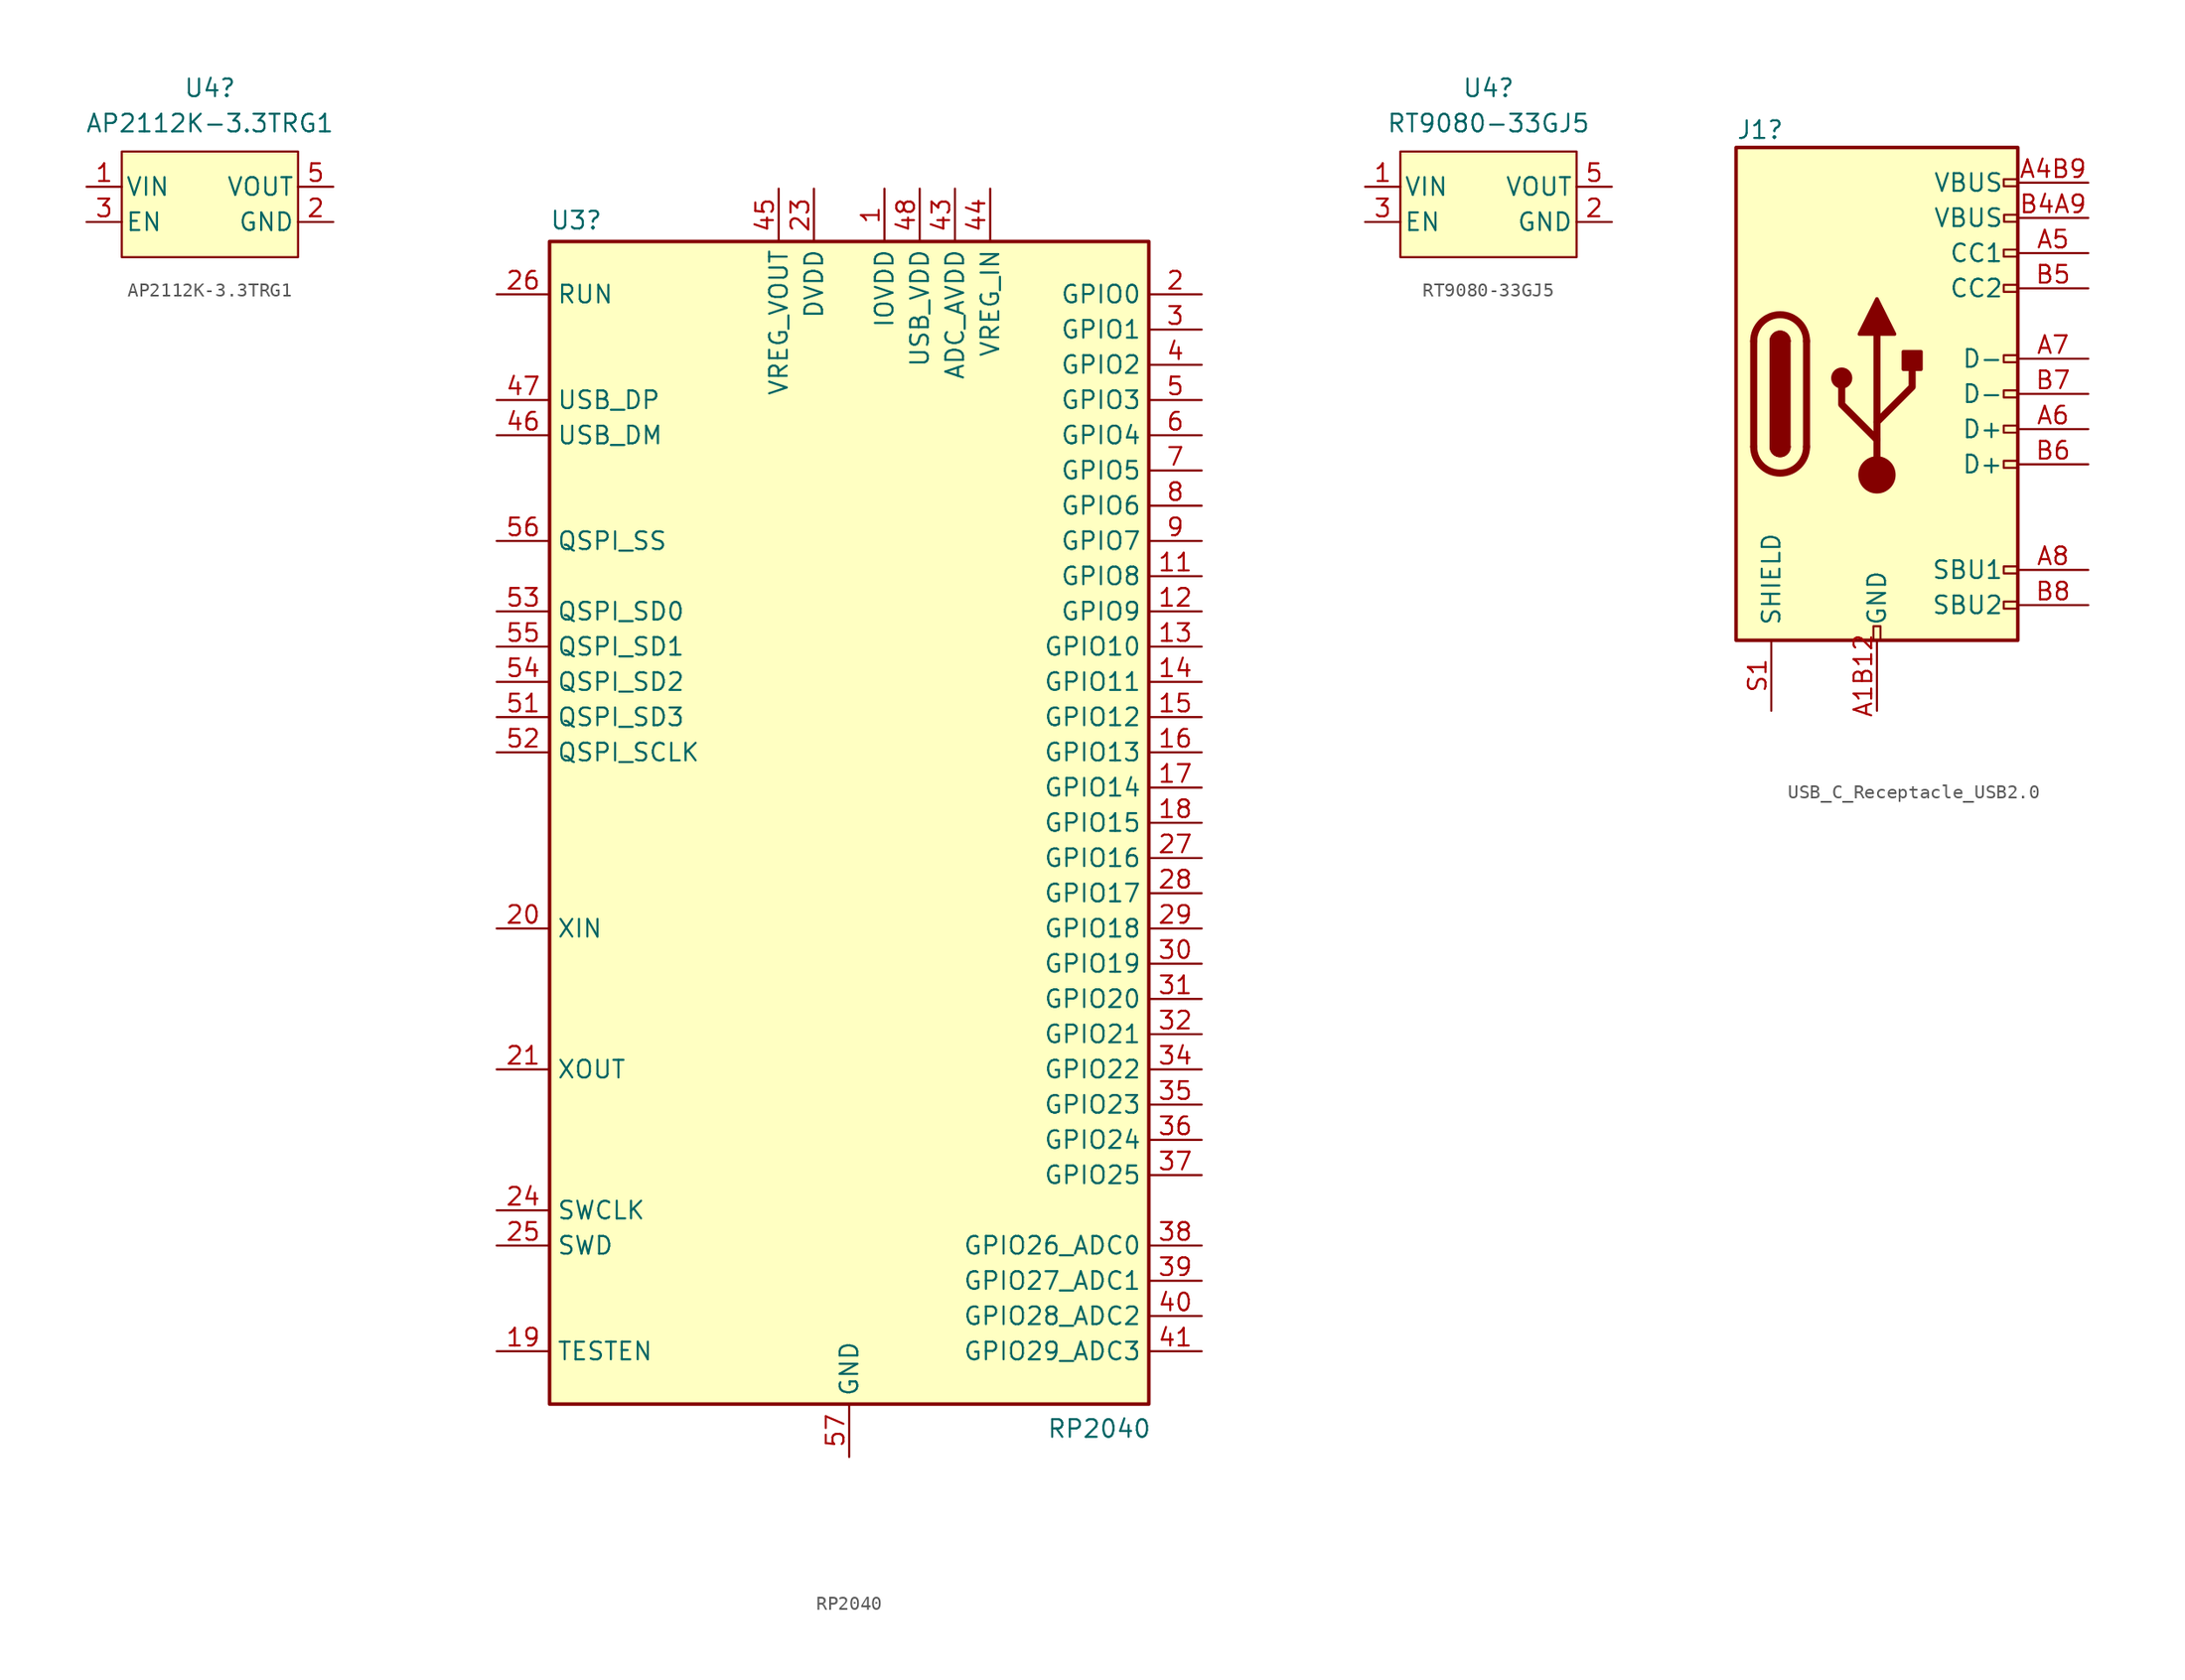
<source format=kicad_sym>
(kicad_symbol_lib
  (version 20231120)
  (generator "kicad_symbol_editor")
  (generator_version "8.0")
  (symbol "AP2112K-3.3TRG1"
    (pin_names
      (offset 0.254))
    (property "Reference" "U4"
      (at 0 8.382 0)
      (effects (font (size 1.27 1.27))))
    (property "Value" "AP2112K-3.3TRG1"
      (at 0 5.842 0)
      (effects (font (size 1.27 1.27))))
    (property "ki_locked" ""
      (at 0 0 0)
      (effects (font (size 1.27 1.27))))
    (symbol "AP2112K-3.3TRG1_1_1"
      (rectangle (start -6.35 3.81) (end 6.35 -3.81) (stroke (width 0.152) (type default)) (fill (type background)))
      (pin power_in line (at -8.89 1.27 0) (length 2.54) (name "VIN" (effects (font (size 1.27 1.27)))) (number "1" (effects (font (size 1.27 1.27)))))
      (pin power_in line (at 8.89 -1.27 180) (length 2.54) (name "GND" (effects (font (size 1.27 1.27)))) (number "2" (effects (font (size 1.27 1.27)))))
      (pin input line (at -8.89 -1.27 0) (length 2.54) (name "EN" (effects (font (size 1.27 1.27)))) (number "3" (effects (font (size 1.27 1.27)))))
      (pin no_connect line (at 0 6.35 270) (length 2.54) hide (name "NC" (effects (font (size 1.27 1.27)))) (number "4" (effects (font (size 1.27 1.27)))))
      (pin output line (at 8.89 1.27 180) (length 2.54) (name "VOUT" (effects (font (size 1.27 1.27)))) (number "5" (effects (font (size 1.27 1.27)))))))
  (symbol "RP2040"
    (property "Reference" "U3"
      (at -21.59 43.434 0)
      (effects (font (size 1.27 1.27)) (justify left)))
    (property "Value" "RP2040"
      (at 14.224 -43.688 0)
      (effects (font (size 1.27 1.27)) (justify left)))
    (symbol "RP2040_0_1"
      (rectangle (start -21.59 41.91) (end 21.59 -41.91) (stroke (width 0.254) (type default)) (fill (type background))))
    (symbol "RP2040_1_1"
      (pin power_in line (at 2.54 45.72 270) (length 3.81) (name "IOVDD" (effects (font (size 1.27 1.27)))) (number "1" (effects (font (size 1.27 1.27)))))
      (pin passive line (at 2.54 45.72 270) (length 3.81) hide (name "IOVDD" (effects (font (size 1.27 1.27)))) (number "10" (effects (font (size 1.27 1.27)))))
      (pin bidirectional line (at 25.4 17.78 180) (length 3.81) (name "GPIO8" (effects (font (size 1.27 1.27)))) (number "11" (effects (font (size 1.27 1.27)))))
      (pin bidirectional line (at 25.4 15.24 180) (length 3.81) (name "GPIO9" (effects (font (size 1.27 1.27)))) (number "12" (effects (font (size 1.27 1.27)))))
      (pin bidirectional line (at 25.4 12.7 180) (length 3.81) (name "GPIO10" (effects (font (size 1.27 1.27)))) (number "13" (effects (font (size 1.27 1.27)))))
      (pin bidirectional line (at 25.4 10.16 180) (length 3.81) (name "GPIO11" (effects (font (size 1.27 1.27)))) (number "14" (effects (font (size 1.27 1.27)))))
      (pin bidirectional line (at 25.4 7.62 180) (length 3.81) (name "GPIO12" (effects (font (size 1.27 1.27)))) (number "15" (effects (font (size 1.27 1.27)))))
      (pin bidirectional line (at 25.4 5.08 180) (length 3.81) (name "GPIO13" (effects (font (size 1.27 1.27)))) (number "16" (effects (font (size 1.27 1.27)))))
      (pin bidirectional line (at 25.4 2.54 180) (length 3.81) (name "GPIO14" (effects (font (size 1.27 1.27)))) (number "17" (effects (font (size 1.27 1.27)))))
      (pin bidirectional line (at 25.4 0 180) (length 3.81) (name "GPIO15" (effects (font (size 1.27 1.27)))) (number "18" (effects (font (size 1.27 1.27)))))
      (pin input line (at -25.4 -38.1 0) (length 3.81) (name "TESTEN" (effects (font (size 1.27 1.27)))) (number "19" (effects (font (size 1.27 1.27)))))
      (pin bidirectional line (at 25.4 38.1 180) (length 3.81) (name "GPIO0" (effects (font (size 1.27 1.27)))) (number "2" (effects (font (size 1.27 1.27)))))
      (pin input line (at -25.4 -7.62 0) (length 3.81) (name "XIN" (effects (font (size 1.27 1.27)))) (number "20" (effects (font (size 1.27 1.27)))))
      (pin passive line (at -25.4 -17.78 0) (length 3.81) (name "XOUT" (effects (font (size 1.27 1.27)))) (number "21" (effects (font (size 1.27 1.27)))))
      (pin passive line (at 2.54 45.72 270) (length 3.81) hide (name "IOVDD" (effects (font (size 1.27 1.27)))) (number "22" (effects (font (size 1.27 1.27)))))
      (pin power_in line (at -2.54 45.72 270) (length 3.81) (name "DVDD" (effects (font (size 1.27 1.27)))) (number "23" (effects (font (size 1.27 1.27)))))
      (pin output line (at -25.4 -27.94 0) (length 3.81) (name "SWCLK" (effects (font (size 1.27 1.27)))) (number "24" (effects (font (size 1.27 1.27)))))
      (pin bidirectional line (at -25.4 -30.48 0) (length 3.81) (name "SWD" (effects (font (size 1.27 1.27)))) (number "25" (effects (font (size 1.27 1.27)))))
      (pin input line (at -25.4 38.1 0) (length 3.81) (name "RUN" (effects (font (size 1.27 1.27)))) (number "26" (effects (font (size 1.27 1.27)))))
      (pin bidirectional line (at 25.4 -2.54 180) (length 3.81) (name "GPIO16" (effects (font (size 1.27 1.27)))) (number "27" (effects (font (size 1.27 1.27)))))
      (pin bidirectional line (at 25.4 -5.08 180) (length 3.81) (name "GPIO17" (effects (font (size 1.27 1.27)))) (number "28" (effects (font (size 1.27 1.27)))))
      (pin bidirectional line (at 25.4 -7.62 180) (length 3.81) (name "GPIO18" (effects (font (size 1.27 1.27)))) (number "29" (effects (font (size 1.27 1.27)))))
      (pin bidirectional line (at 25.4 35.56 180) (length 3.81) (name "GPIO1" (effects (font (size 1.27 1.27)))) (number "3" (effects (font (size 1.27 1.27)))))
      (pin bidirectional line (at 25.4 -10.16 180) (length 3.81) (name "GPIO19" (effects (font (size 1.27 1.27)))) (number "30" (effects (font (size 1.27 1.27)))))
      (pin bidirectional line (at 25.4 -12.7 180) (length 3.81) (name "GPIO20" (effects (font (size 1.27 1.27)))) (number "31" (effects (font (size 1.27 1.27)))))
      (pin bidirectional line (at 25.4 -15.24 180) (length 3.81) (name "GPIO21" (effects (font (size 1.27 1.27)))) (number "32" (effects (font (size 1.27 1.27)))))
      (pin passive line (at 2.54 45.72 270) (length 3.81) hide (name "IOVDD" (effects (font (size 1.27 1.27)))) (number "33" (effects (font (size 1.27 1.27)))))
      (pin bidirectional line (at 25.4 -17.78 180) (length 3.81) (name "GPIO22" (effects (font (size 1.27 1.27)))) (number "34" (effects (font (size 1.27 1.27)))))
      (pin bidirectional line (at 25.4 -20.32 180) (length 3.81) (name "GPIO23" (effects (font (size 1.27 1.27)))) (number "35" (effects (font (size 1.27 1.27)))))
      (pin bidirectional line (at 25.4 -22.86 180) (length 3.81) (name "GPIO24" (effects (font (size 1.27 1.27)))) (number "36" (effects (font (size 1.27 1.27)))))
      (pin bidirectional line (at 25.4 -25.4 180) (length 3.81) (name "GPIO25" (effects (font (size 1.27 1.27)))) (number "37" (effects (font (size 1.27 1.27)))))
      (pin bidirectional line (at 25.4 -30.48 180) (length 3.81) (name "GPIO26_ADC0" (effects (font (size 1.27 1.27)))) (number "38" (effects (font (size 1.27 1.27)))))
      (pin bidirectional line (at 25.4 -33.02 180) (length 3.81) (name "GPIO27_ADC1" (effects (font (size 1.27 1.27)))) (number "39" (effects (font (size 1.27 1.27)))))
      (pin bidirectional line (at 25.4 33.02 180) (length 3.81) (name "GPIO2" (effects (font (size 1.27 1.27)))) (number "4" (effects (font (size 1.27 1.27)))))
      (pin bidirectional line (at 25.4 -35.56 180) (length 3.81) (name "GPIO28_ADC2" (effects (font (size 1.27 1.27)))) (number "40" (effects (font (size 1.27 1.27)))))
      (pin bidirectional line (at 25.4 -38.1 180) (length 3.81) (name "GPIO29_ADC3" (effects (font (size 1.27 1.27)))) (number "41" (effects (font (size 1.27 1.27)))))
      (pin passive line (at 2.54 45.72 270) (length 3.81) hide (name "IOVDD" (effects (font (size 1.27 1.27)))) (number "42" (effects (font (size 1.27 1.27)))))
      (pin power_in line (at 7.62 45.72 270) (length 3.81) (name "ADC_AVDD" (effects (font (size 1.27 1.27)))) (number "43" (effects (font (size 1.27 1.27)))))
      (pin power_in line (at 10.16 45.72 270) (length 3.81) (name "VREG_IN" (effects (font (size 1.27 1.27)))) (number "44" (effects (font (size 1.27 1.27)))))
      (pin power_out line (at -5.08 45.72 270) (length 3.81) (name "VREG_VOUT" (effects (font (size 1.27 1.27)))) (number "45" (effects (font (size 1.27 1.27)))))
      (pin bidirectional line (at -25.4 27.94 0) (length 3.81) (name "USB_DM" (effects (font (size 1.27 1.27)))) (number "46" (effects (font (size 1.27 1.27)))))
      (pin bidirectional line (at -25.4 30.48 0) (length 3.81) (name "USB_DP" (effects (font (size 1.27 1.27)))) (number "47" (effects (font (size 1.27 1.27)))))
      (pin power_in line (at 5.08 45.72 270) (length 3.81) (name "USB_VDD" (effects (font (size 1.27 1.27)))) (number "48" (effects (font (size 1.27 1.27)))))
      (pin passive line (at 2.54 45.72 270) (length 3.81) hide (name "IOVDD" (effects (font (size 1.27 1.27)))) (number "49" (effects (font (size 1.27 1.27)))))
      (pin bidirectional line (at 25.4 30.48 180) (length 3.81) (name "GPIO3" (effects (font (size 1.27 1.27)))) (number "5" (effects (font (size 1.27 1.27)))))
      (pin passive line (at -2.54 45.72 270) (length 3.81) hide (name "DVDD" (effects (font (size 1.27 1.27)))) (number "50" (effects (font (size 1.27 1.27)))))
      (pin bidirectional line (at -25.4 7.62 0) (length 3.81) (name "QSPI_SD3" (effects (font (size 1.27 1.27)))) (number "51" (effects (font (size 1.27 1.27)))))
      (pin output line (at -25.4 5.08 0) (length 3.81) (name "QSPI_SCLK" (effects (font (size 1.27 1.27)))) (number "52" (effects (font (size 1.27 1.27)))))
      (pin bidirectional line (at -25.4 15.24 0) (length 3.81) (name "QSPI_SD0" (effects (font (size 1.27 1.27)))) (number "53" (effects (font (size 1.27 1.27)))))
      (pin bidirectional line (at -25.4 10.16 0) (length 3.81) (name "QSPI_SD2" (effects (font (size 1.27 1.27)))) (number "54" (effects (font (size 1.27 1.27)))))
      (pin bidirectional line (at -25.4 12.7 0) (length 3.81) (name "QSPI_SD1" (effects (font (size 1.27 1.27)))) (number "55" (effects (font (size 1.27 1.27)))))
      (pin bidirectional line (at -25.4 20.32 0) (length 3.81) (name "QSPI_SS" (effects (font (size 1.27 1.27)))) (number "56" (effects (font (size 1.27 1.27)))))
      (pin power_in line (at 0 -45.72 90) (length 3.81) (name "GND" (effects (font (size 1.27 1.27)))) (number "57" (effects (font (size 1.27 1.27)))))
      (pin bidirectional line (at 25.4 27.94 180) (length 3.81) (name "GPIO4" (effects (font (size 1.27 1.27)))) (number "6" (effects (font (size 1.27 1.27)))))
      (pin bidirectional line (at 25.4 25.4 180) (length 3.81) (name "GPIO5" (effects (font (size 1.27 1.27)))) (number "7" (effects (font (size 1.27 1.27)))))
      (pin bidirectional line (at 25.4 22.86 180) (length 3.81) (name "GPIO6" (effects (font (size 1.27 1.27)))) (number "8" (effects (font (size 1.27 1.27)))))
      (pin bidirectional line (at 25.4 20.32 180) (length 3.81) (name "GPIO7" (effects (font (size 1.27 1.27)))) (number "9" (effects (font (size 1.27 1.27)))))))
  (symbol "RT9080-33GJ5"
    (pin_names
      (offset 0.254))
    (property "Reference" "U4"
      (at 0 8.382 0)
      (effects (font (size 1.27 1.27))))
    (property "Value" "RT9080-33GJ5"
      (at 0 5.842 0)
      (effects (font (size 1.27 1.27))))
    (property "ki_locked" ""
      (at 0 0 0)
      (effects (font (size 1.27 1.27))))
    (symbol "RT9080-33GJ5_1_1"
      (rectangle (start -6.35 3.81) (end 6.35 -3.81) (stroke (width 0.152) (type default)) (fill (type background)))
      (pin power_in line (at -8.89 1.27 0) (length 2.54) (name "VIN" (effects (font (size 1.27 1.27)))) (number "1" (effects (font (size 1.27 1.27)))))
      (pin power_in line (at 8.89 -1.27 180) (length 2.54) (name "GND" (effects (font (size 1.27 1.27)))) (number "2" (effects (font (size 1.27 1.27)))))
      (pin input line (at -8.89 -1.27 0) (length 2.54) (name "EN" (effects (font (size 1.27 1.27)))) (number "3" (effects (font (size 1.27 1.27)))))
      (pin no_connect line (at 0 6.35 270) (length 2.54) hide (name "NC" (effects (font (size 1.27 1.27)))) (number "4" (effects (font (size 1.27 1.27)))))
      (pin output line (at 8.89 1.27 180) (length 2.54) (name "VOUT" (effects (font (size 1.27 1.27)))) (number "5" (effects (font (size 1.27 1.27)))))))
  (symbol "USB_C_Receptacle_USB2.0"
    (pin_names
      (offset 1.016))
    (property "Reference" "J1"
      (at -10.16 19.05 0)
      (effects (font (size 1.27 1.27)) (justify left)))
    (symbol "USB_C_Receptacle_USB2.0_0_0"
      (rectangle (start -0.254 -17.78) (end 0.254 -16.764) (stroke (width 0) (type default)) (fill (type none)))
      (rectangle (start 9.144 15.494) (end 10.16 14.986) (stroke (width 0) (type default)) (fill (type none)))
      (rectangle (start 9.169 12.929) (end 10.185 12.421) (stroke (width 0) (type default)) (fill (type none)))
      (rectangle (start 10.16 -14.986) (end 9.144 -15.494) (stroke (width 0) (type default)) (fill (type none)))
      (rectangle (start 10.16 -12.446) (end 9.144 -12.954) (stroke (width 0) (type default)) (fill (type none)))
      (rectangle (start 10.16 -4.826) (end 9.144 -5.334) (stroke (width 0) (type default)) (fill (type none)))
      (rectangle (start 10.16 -2.286) (end 9.144 -2.794) (stroke (width 0) (type default)) (fill (type none)))
      (rectangle (start 10.16 0.254) (end 9.144 -0.254) (stroke (width 0) (type default)) (fill (type none)))
      (rectangle (start 10.16 2.794) (end 9.144 2.286) (stroke (width 0) (type default)) (fill (type none)))
      (rectangle (start 10.16 7.874) (end 9.144 7.366) (stroke (width 0) (type default)) (fill (type none)))
      (rectangle (start 10.16 10.414) (end 9.144 9.906) (stroke (width 0) (type default)) (fill (type none))))
    (symbol "USB_C_Receptacle_USB2.0_0_1"
      (rectangle (start -10.16 17.78) (end 10.16 -17.78) (stroke (width 0.254) (type default)) (fill (type background)))
      (arc (start -8.89 -3.81) (mid -6.985 -5.7067) (end -5.08 -3.81) (stroke (width 0.508) (type default)) (fill (type none)))
      (arc (start -7.62 -3.81) (mid -6.985 -4.4423) (end -6.35 -3.81) (stroke (width 0.254) (type default)) (fill (type none)))
      (arc (start -7.62 -3.81) (mid -6.985 -4.4423) (end -6.35 -3.81) (stroke (width 0.254) (type default)) (fill (type outline)))
      (rectangle (start -7.62 -3.81) (end -6.35 3.81) (stroke (width 0.254) (type default)) (fill (type outline)))
      (arc (start -6.35 3.81) (mid -6.985 4.4423) (end -7.62 3.81) (stroke (width 0.254) (type default)) (fill (type none)))
      (arc (start -6.35 3.81) (mid -6.985 4.4423) (end -7.62 3.81) (stroke (width 0.254) (type default)) (fill (type outline)))
      (arc (start -5.08 3.81) (mid -6.985 5.7067) (end -8.89 3.81) (stroke (width 0.508) (type default)) (fill (type none)))
      (circle (center -2.54 1.143) (radius 0.635) (stroke (width 0.254) (type default)) (fill (type outline)))
      (circle (center 0 -5.842) (radius 1.27) (stroke (width 0) (type default)) (fill (type outline)))
      (polyline (pts (xy -8.89 -3.81) (xy -8.89 3.81)) (stroke (width 0.508) (type default)) (fill (type none)))
      (polyline (pts (xy -5.08 3.81) (xy -5.08 -3.81)) (stroke (width 0.508) (type default)) (fill (type none)))
      (polyline (pts (xy 0 -5.842) (xy 0 4.318)) (stroke (width 0.508) (type default)) (fill (type none)))
      (polyline (pts (xy 0 -3.302) (xy -2.54 -0.762) (xy -2.54 0.508)) (stroke (width 0.508) (type default)) (fill (type none)))
      (polyline (pts (xy 0 -2.032) (xy 2.54 0.508) (xy 2.54 1.778)) (stroke (width 0.508) (type default)) (fill (type none)))
      (polyline (pts (xy -1.27 4.318) (xy 0 6.858) (xy 1.27 4.318) (xy -1.27 4.318)) (stroke (width 0.254) (type default)) (fill (type outline)))
      (rectangle (start 1.905 1.778) (end 3.175 3.048) (stroke (width 0.254) (type default)) (fill (type outline))))
    (symbol "USB_C_Receptacle_USB2.0_1_1"
      (pin passive line (at 0 -22.86 90) (length 5.08) (name "GND" (effects (font (size 1.27 1.27)))) (number "A1B12" (effects (font (size 1.27 1.27)))))
      (pin passive line (at 15.24 15.24 180) (length 5.08) (name "VBUS" (effects (font (size 1.27 1.27)))) (number "A4B9" (effects (font (size 1.27 1.27)))))
      (pin bidirectional line (at 15.24 10.16 180) (length 5.08) (name "CC1" (effects (font (size 1.27 1.27)))) (number "A5" (effects (font (size 1.27 1.27)))))
      (pin bidirectional line (at 15.24 -2.54 180) (length 5.08) (name "D+" (effects (font (size 1.27 1.27)))) (number "A6" (effects (font (size 1.27 1.27)))))
      (pin bidirectional line (at 15.24 2.54 180) (length 5.08) (name "D-" (effects (font (size 1.27 1.27)))) (number "A7" (effects (font (size 1.27 1.27)))))
      (pin bidirectional line (at 15.24 -12.7 180) (length 5.08) (name "SBU1" (effects (font (size 1.27 1.27)))) (number "A8" (effects (font (size 1.27 1.27)))))
      (pin passive line (at 0 -22.86 90) (length 5.08) hide (name "GND" (effects (font (size 1.27 1.27)))) (number "B1A12" (effects (font (size 1.27 1.27)))))
      (pin passive line (at 15.24 12.7 180) (length 5.08) (name "VBUS" (effects (font (size 1.27 1.27)))) (number "B4A9" (effects (font (size 1.27 1.27)))))
      (pin bidirectional line (at 15.24 7.62 180) (length 5.08) (name "CC2" (effects (font (size 1.27 1.27)))) (number "B5" (effects (font (size 1.27 1.27)))))
      (pin bidirectional line (at 15.24 -5.08 180) (length 5.08) (name "D+" (effects (font (size 1.27 1.27)))) (number "B6" (effects (font (size 1.27 1.27)))))
      (pin bidirectional line (at 15.24 0 180) (length 5.08) (name "D-" (effects (font (size 1.27 1.27)))) (number "B7" (effects (font (size 1.27 1.27)))))
      (pin bidirectional line (at 15.24 -15.24 180) (length 5.08) (name "SBU2" (effects (font (size 1.27 1.27)))) (number "B8" (effects (font (size 1.27 1.27)))))
      (pin passive line (at -7.62 -22.86 90) (length 5.08) (name "SHIELD" (effects (font (size 1.27 1.27)))) (number "S1" (effects (font (size 1.27 1.27))))))))
</source>
